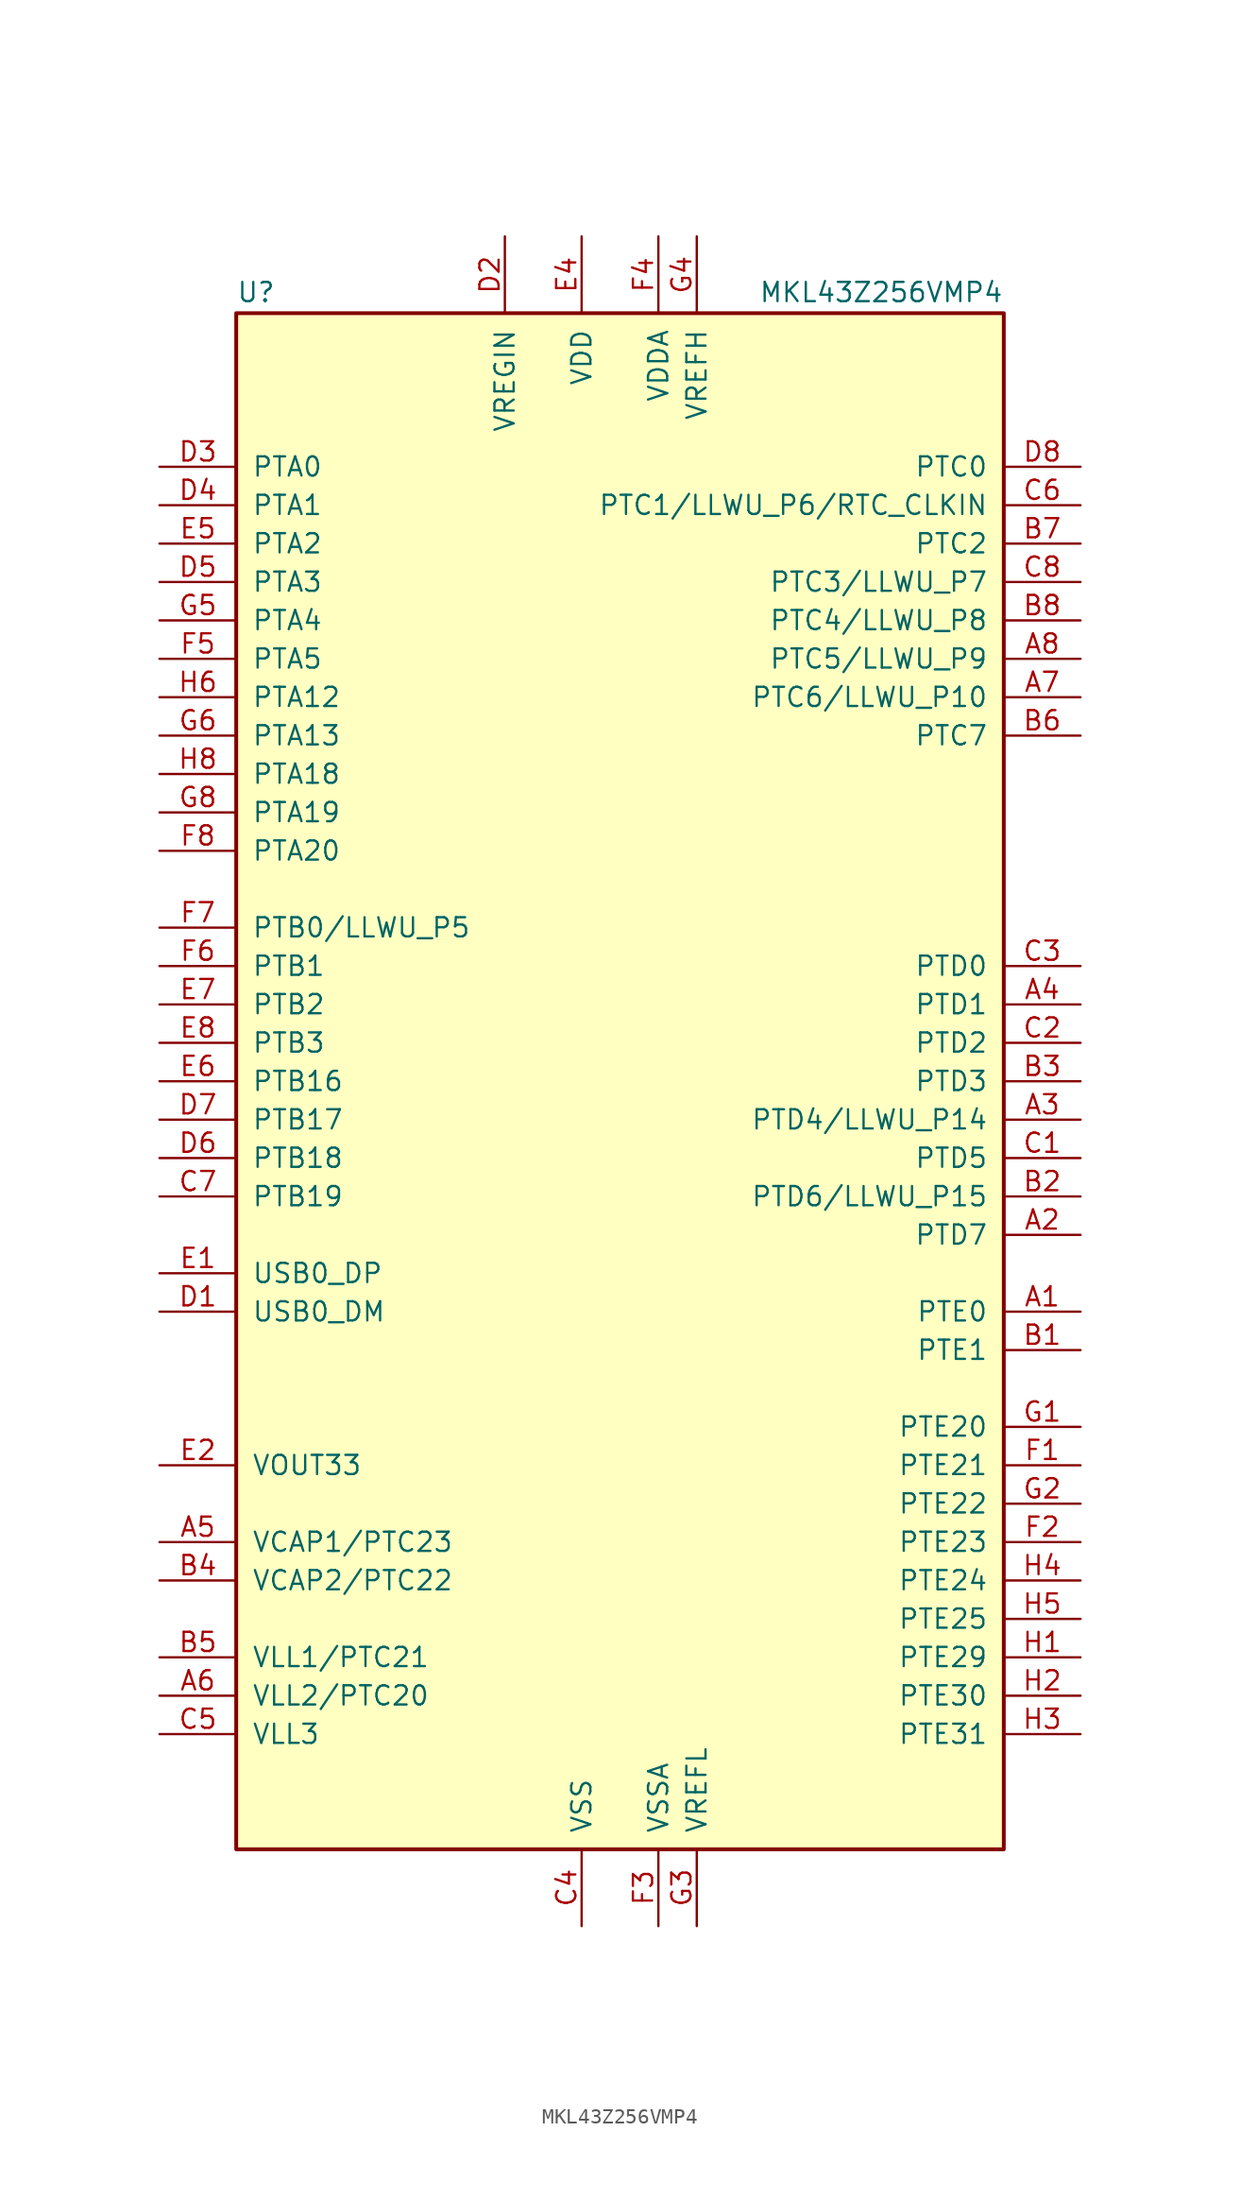
<source format=kicad_sym>
(kicad_symbol_lib
  (version 20241209)
  (generator "kicad_symbol_editor")
  (generator_version "9.0")
  (symbol "MKL43Z256VMP4"
    (pin_names
      (offset 1.016))
    (property "Reference" "U"
      (at -25.4 51.435 0)
      (effects (font (size 1.27 1.27)) (justify left bottom)))
    (property "Value" "MKL43Z256VMP4"
      (at 25.4 51.435 0)
      (effects (font (size 1.27 1.27)) (justify right bottom)))
    (symbol "MKL43Z256VMP4_0_1"
      (rectangle (start -25.4 50.8) (end 25.4 -50.8) (stroke (width 0.254) (type default)) (fill (type background))))
    (symbol "MKL43Z256VMP4_1_1"
      (pin bidirectional line (at -30.48 40.64 0) (length 5.08) (name "PTA0" (effects (font (size 1.27 1.27)))) (number "D3" (effects (font (size 1.27 1.27)))))
      (pin bidirectional line (at -30.48 38.1 0) (length 5.08) (name "PTA1" (effects (font (size 1.27 1.27)))) (number "D4" (effects (font (size 1.27 1.27)))))
      (pin bidirectional line (at -30.48 35.56 0) (length 5.08) (name "PTA2" (effects (font (size 1.27 1.27)))) (number "E5" (effects (font (size 1.27 1.27)))))
      (pin bidirectional line (at -30.48 33.02 0) (length 5.08) (name "PTA3" (effects (font (size 1.27 1.27)))) (number "D5" (effects (font (size 1.27 1.27)))))
      (pin bidirectional line (at -30.48 30.48 0) (length 5.08) (name "PTA4" (effects (font (size 1.27 1.27)))) (number "G5" (effects (font (size 1.27 1.27)))))
      (pin bidirectional line (at -30.48 27.94 0) (length 5.08) (name "PTA5" (effects (font (size 1.27 1.27)))) (number "F5" (effects (font (size 1.27 1.27)))))
      (pin bidirectional line (at -30.48 25.4 0) (length 5.08) (name "PTA12" (effects (font (size 1.27 1.27)))) (number "H6" (effects (font (size 1.27 1.27)))))
      (pin bidirectional line (at -30.48 22.86 0) (length 5.08) (name "PTA13" (effects (font (size 1.27 1.27)))) (number "G6" (effects (font (size 1.27 1.27)))))
      (pin bidirectional line (at -30.48 20.32 0) (length 5.08) (name "PTA18" (effects (font (size 1.27 1.27)))) (number "H8" (effects (font (size 1.27 1.27)))))
      (pin bidirectional line (at -30.48 17.78 0) (length 5.08) (name "PTA19" (effects (font (size 1.27 1.27)))) (number "G8" (effects (font (size 1.27 1.27)))))
      (pin bidirectional line (at -30.48 15.24 0) (length 5.08) (name "PTA20" (effects (font (size 1.27 1.27)))) (number "F8" (effects (font (size 1.27 1.27)))))
      (pin bidirectional line (at -30.48 10.16 0) (length 5.08) (name "PTB0/LLWU_P5" (effects (font (size 1.27 1.27)))) (number "F7" (effects (font (size 1.27 1.27)))))
      (pin bidirectional line (at -30.48 7.62 0) (length 5.08) (name "PTB1" (effects (font (size 1.27 1.27)))) (number "F6" (effects (font (size 1.27 1.27)))))
      (pin bidirectional line (at -30.48 5.08 0) (length 5.08) (name "PTB2" (effects (font (size 1.27 1.27)))) (number "E7" (effects (font (size 1.27 1.27)))))
      (pin bidirectional line (at -30.48 2.54 0) (length 5.08) (name "PTB3" (effects (font (size 1.27 1.27)))) (number "E8" (effects (font (size 1.27 1.27)))))
      (pin bidirectional line (at -30.48 0 0) (length 5.08) (name "PTB16" (effects (font (size 1.27 1.27)))) (number "E6" (effects (font (size 1.27 1.27)))))
      (pin bidirectional line (at -30.48 -2.54 0) (length 5.08) (name "PTB17" (effects (font (size 1.27 1.27)))) (number "D7" (effects (font (size 1.27 1.27)))))
      (pin bidirectional line (at -30.48 -5.08 0) (length 5.08) (name "PTB18" (effects (font (size 1.27 1.27)))) (number "D6" (effects (font (size 1.27 1.27)))))
      (pin bidirectional line (at -30.48 -7.62 0) (length 5.08) (name "PTB19" (effects (font (size 1.27 1.27)))) (number "C7" (effects (font (size 1.27 1.27)))))
      (pin bidirectional line (at -30.48 -12.7 0) (length 5.08) (name "USB0_DP" (effects (font (size 1.27 1.27)))) (number "E1" (effects (font (size 1.27 1.27)))))
      (pin bidirectional line (at -30.48 -15.24 0) (length 5.08) (name "USB0_DM" (effects (font (size 1.27 1.27)))) (number "D1" (effects (font (size 1.27 1.27)))))
      (pin power_out line (at -30.48 -25.4 0) (length 5.08) (name "VOUT33" (effects (font (size 1.27 1.27)))) (number "E2" (effects (font (size 1.27 1.27)))))
      (pin passive line (at -30.48 -30.48 0) (length 5.08) (name "VCAP1/PTC23" (effects (font (size 1.27 1.27)))) (number "A5" (effects (font (size 1.27 1.27)))))
      (pin passive line (at -30.48 -33.02 0) (length 5.08) (name "VCAP2/PTC22" (effects (font (size 1.27 1.27)))) (number "B4" (effects (font (size 1.27 1.27)))))
      (pin power_out line (at -30.48 -38.1 0) (length 5.08) (name "VLL1/PTC21" (effects (font (size 1.27 1.27)))) (number "B5" (effects (font (size 1.27 1.27)))))
      (pin power_out line (at -30.48 -40.64 0) (length 5.08) (name "VLL2/PTC20" (effects (font (size 1.27 1.27)))) (number "A6" (effects (font (size 1.27 1.27)))))
      (pin power_out line (at -30.48 -43.18 0) (length 5.08) (name "VLL3" (effects (font (size 1.27 1.27)))) (number "C5" (effects (font (size 1.27 1.27)))))
      (pin power_in line (at -7.62 55.88 270) (length 5.08) (name "VREGIN" (effects (font (size 1.27 1.27)))) (number "D2" (effects (font (size 1.27 1.27)))))
      (pin power_in line (at -2.54 55.88 270) (length 5.08) (name "VDD" (effects (font (size 1.27 1.27)))) (number "E4" (effects (font (size 1.27 1.27)))))
      (pin passive line (at -2.54 55.88 270) (length 5.08) (hide yes) (name "VDD" (effects (font (size 1.27 1.27)))) (number "G7" (effects (font (size 1.27 1.27)))))
      (pin power_in line (at -2.54 -55.88 90) (length 5.08) (name "VSS" (effects (font (size 1.27 1.27)))) (number "C4" (effects (font (size 1.27 1.27)))))
      (pin passive line (at -2.54 -55.88 90) (length 5.08) (hide yes) (name "VSS" (effects (font (size 1.27 1.27)))) (number "E3" (effects (font (size 1.27 1.27)))))
      (pin passive line (at -2.54 -55.88 90) (length 5.08) (hide yes) (name "VSS" (effects (font (size 1.27 1.27)))) (number "H7" (effects (font (size 1.27 1.27)))))
      (pin power_in line (at 2.54 55.88 270) (length 5.08) (name "VDDA" (effects (font (size 1.27 1.27)))) (number "F4" (effects (font (size 1.27 1.27)))))
      (pin power_in line (at 2.54 -55.88 90) (length 5.08) (name "VSSA" (effects (font (size 1.27 1.27)))) (number "F3" (effects (font (size 1.27 1.27)))))
      (pin power_in line (at 5.08 55.88 270) (length 5.08) (name "VREFH" (effects (font (size 1.27 1.27)))) (number "G4" (effects (font (size 1.27 1.27)))))
      (pin power_in line (at 5.08 -55.88 90) (length 5.08) (name "VREFL" (effects (font (size 1.27 1.27)))) (number "G3" (effects (font (size 1.27 1.27)))))
      (pin bidirectional line (at 30.48 40.64 180) (length 5.08) (name "PTC0" (effects (font (size 1.27 1.27)))) (number "D8" (effects (font (size 1.27 1.27)))))
      (pin bidirectional line (at 30.48 38.1 180) (length 5.08) (name "PTC1/LLWU_P6/RTC_CLKIN" (effects (font (size 1.27 1.27)))) (number "C6" (effects (font (size 1.27 1.27)))))
      (pin bidirectional line (at 30.48 35.56 180) (length 5.08) (name "PTC2" (effects (font (size 1.27 1.27)))) (number "B7" (effects (font (size 1.27 1.27)))))
      (pin bidirectional line (at 30.48 33.02 180) (length 5.08) (name "PTC3/LLWU_P7" (effects (font (size 1.27 1.27)))) (number "C8" (effects (font (size 1.27 1.27)))))
      (pin bidirectional line (at 30.48 30.48 180) (length 5.08) (name "PTC4/LLWU_P8" (effects (font (size 1.27 1.27)))) (number "B8" (effects (font (size 1.27 1.27)))))
      (pin bidirectional line (at 30.48 27.94 180) (length 5.08) (name "PTC5/LLWU_P9" (effects (font (size 1.27 1.27)))) (number "A8" (effects (font (size 1.27 1.27)))))
      (pin bidirectional line (at 30.48 25.4 180) (length 5.08) (name "PTC6/LLWU_P10" (effects (font (size 1.27 1.27)))) (number "A7" (effects (font (size 1.27 1.27)))))
      (pin bidirectional line (at 30.48 22.86 180) (length 5.08) (name "PTC7" (effects (font (size 1.27 1.27)))) (number "B6" (effects (font (size 1.27 1.27)))))
      (pin bidirectional line (at 30.48 7.62 180) (length 5.08) (name "PTD0" (effects (font (size 1.27 1.27)))) (number "C3" (effects (font (size 1.27 1.27)))))
      (pin bidirectional line (at 30.48 5.08 180) (length 5.08) (name "PTD1" (effects (font (size 1.27 1.27)))) (number "A4" (effects (font (size 1.27 1.27)))))
      (pin bidirectional line (at 30.48 2.54 180) (length 5.08) (name "PTD2" (effects (font (size 1.27 1.27)))) (number "C2" (effects (font (size 1.27 1.27)))))
      (pin bidirectional line (at 30.48 0 180) (length 5.08) (name "PTD3" (effects (font (size 1.27 1.27)))) (number "B3" (effects (font (size 1.27 1.27)))))
      (pin bidirectional line (at 30.48 -2.54 180) (length 5.08) (name "PTD4/LLWU_P14" (effects (font (size 1.27 1.27)))) (number "A3" (effects (font (size 1.27 1.27)))))
      (pin bidirectional line (at 30.48 -5.08 180) (length 5.08) (name "PTD5" (effects (font (size 1.27 1.27)))) (number "C1" (effects (font (size 1.27 1.27)))))
      (pin bidirectional line (at 30.48 -7.62 180) (length 5.08) (name "PTD6/LLWU_P15" (effects (font (size 1.27 1.27)))) (number "B2" (effects (font (size 1.27 1.27)))))
      (pin bidirectional line (at 30.48 -10.16 180) (length 5.08) (name "PTD7" (effects (font (size 1.27 1.27)))) (number "A2" (effects (font (size 1.27 1.27)))))
      (pin bidirectional line (at 30.48 -15.24 180) (length 5.08) (name "PTE0" (effects (font (size 1.27 1.27)))) (number "A1" (effects (font (size 1.27 1.27)))))
      (pin bidirectional line (at 30.48 -17.78 180) (length 5.08) (name "PTE1" (effects (font (size 1.27 1.27)))) (number "B1" (effects (font (size 1.27 1.27)))))
      (pin bidirectional line (at 30.48 -22.86 180) (length 5.08) (name "PTE20" (effects (font (size 1.27 1.27)))) (number "G1" (effects (font (size 1.27 1.27)))))
      (pin bidirectional line (at 30.48 -25.4 180) (length 5.08) (name "PTE21" (effects (font (size 1.27 1.27)))) (number "F1" (effects (font (size 1.27 1.27)))))
      (pin bidirectional line (at 30.48 -27.94 180) (length 5.08) (name "PTE22" (effects (font (size 1.27 1.27)))) (number "G2" (effects (font (size 1.27 1.27)))))
      (pin bidirectional line (at 30.48 -30.48 180) (length 5.08) (name "PTE23" (effects (font (size 1.27 1.27)))) (number "F2" (effects (font (size 1.27 1.27)))))
      (pin bidirectional line (at 30.48 -33.02 180) (length 5.08) (name "PTE24" (effects (font (size 1.27 1.27)))) (number "H4" (effects (font (size 1.27 1.27)))))
      (pin bidirectional line (at 30.48 -35.56 180) (length 5.08) (name "PTE25" (effects (font (size 1.27 1.27)))) (number "H5" (effects (font (size 1.27 1.27)))))
      (pin bidirectional line (at 30.48 -38.1 180) (length 5.08) (name "PTE29" (effects (font (size 1.27 1.27)))) (number "H1" (effects (font (size 1.27 1.27)))))
      (pin bidirectional line (at 30.48 -40.64 180) (length 5.08) (name "PTE30" (effects (font (size 1.27 1.27)))) (number "H2" (effects (font (size 1.27 1.27)))))
      (pin bidirectional line (at 30.48 -43.18 180) (length 5.08) (name "PTE31" (effects (font (size 1.27 1.27)))) (number "H3" (effects (font (size 1.27 1.27))))))))
</source>
